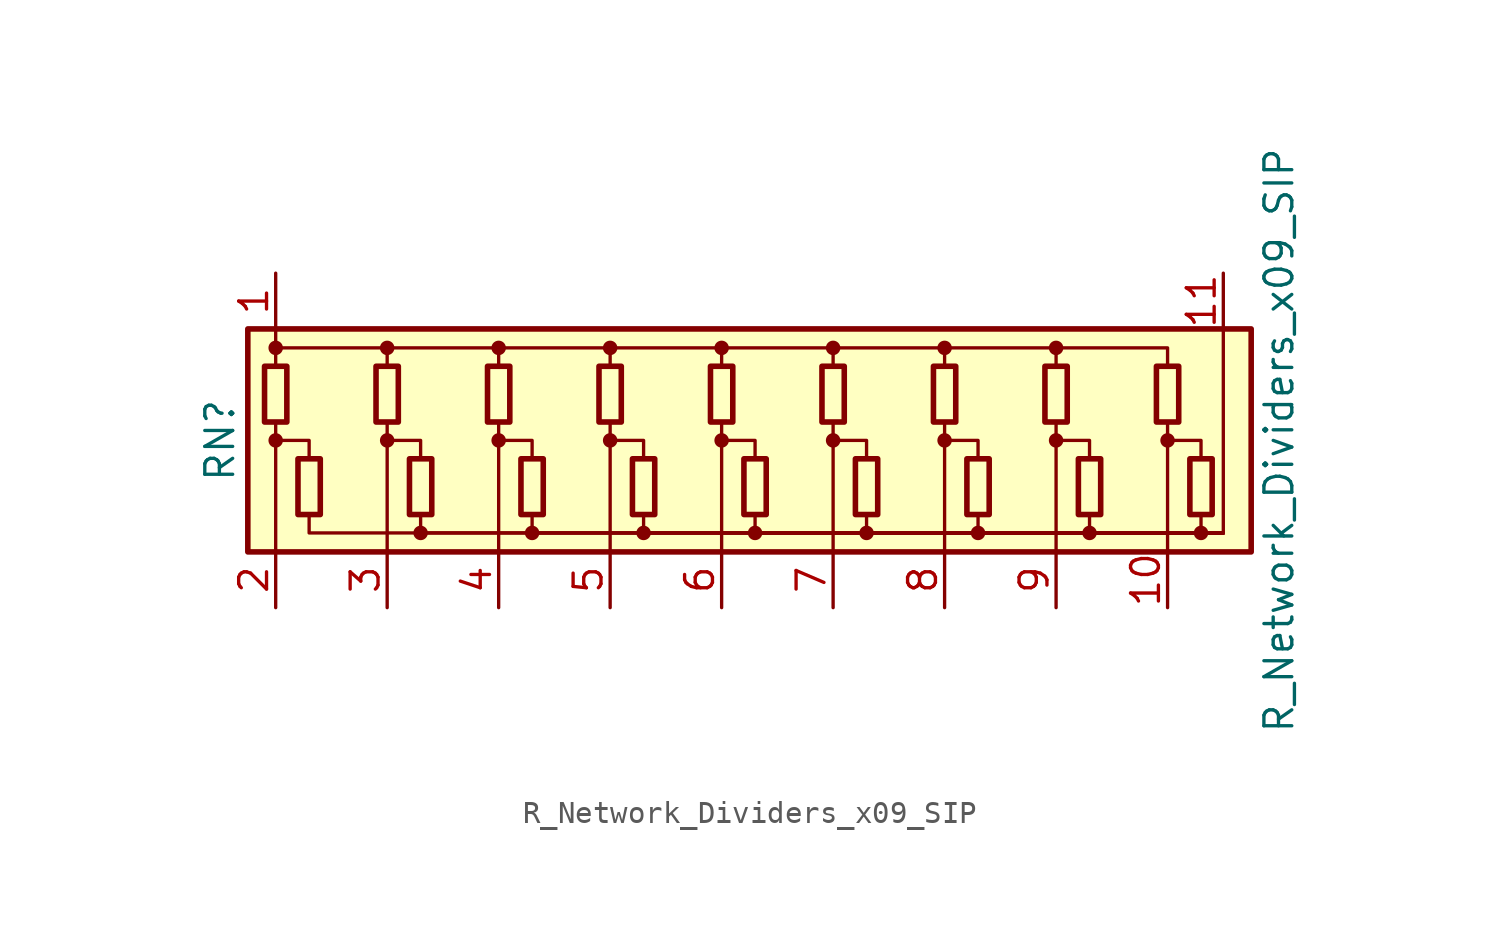
<source format=kicad_sym>
(kicad_symbol_lib
  (version 20241209)
  (generator "kicad_symbol_editor")
  (generator_version "9.0")
  (symbol "R_Network_Dividers_x09_SIP"
    (pin_names
      (offset 0)
      (hide yes))
    (property "Reference" "RN"
      (at -22.86 0 90)
      (effects (font (size 1.27 1.27))))
    (property "Value" "R_Network_Dividers_x09_SIP"
      (at 25.4 0 90)
      (effects (font (size 1.27 1.27))))
    (symbol "R_Network_Dividers_x09_SIP_0_1"
      (rectangle (start -21.59 -5.08) (end 24.13 5.08) (stroke (width 0.254) (type default)) (fill (type background)))
      (rectangle (start -20.828 3.378) (end -19.812 0.838) (stroke (width 0.254) (type default)) (fill (type none)))
      (polyline (pts (xy -20.32 5.08) (xy -20.32 3.378)) (stroke (width 0) (type default)) (fill (type none)))
      (circle (center -20.32 4.216) (radius 0.254) (stroke (width 0) (type default)) (fill (type outline)))
      (polyline (pts (xy -20.32 4.216) (xy -15.24 4.216) (xy -15.24 3.378)) (stroke (width 0) (type default)) (fill (type none)))
      (circle (center -20.32 0) (radius 0.254) (stroke (width 0) (type default)) (fill (type outline)))
      (polyline (pts (xy -20.32 0) (xy -18.796 0) (xy -18.796 -0.838)) (stroke (width 0) (type default)) (fill (type none)))
      (polyline (pts (xy -20.32 -5.08) (xy -20.32 0.838)) (stroke (width 0) (type default)) (fill (type none)))
      (rectangle (start -19.304 -3.378) (end -18.288 -0.838) (stroke (width 0.254) (type default)) (fill (type none)))
      (polyline (pts (xy -18.796 -3.378) (xy -18.796 -4.216) (xy 22.86 -4.216)) (stroke (width 0) (type default)) (fill (type none)))
      (rectangle (start -15.748 3.378) (end -14.732 0.838) (stroke (width 0.254) (type default)) (fill (type none)))
      (circle (center -15.24 4.216) (radius 0.254) (stroke (width 0) (type default)) (fill (type outline)))
      (polyline (pts (xy -15.24 4.216) (xy -10.16 4.216) (xy -10.16 3.378)) (stroke (width 0) (type default)) (fill (type none)))
      (circle (center -15.24 0) (radius 0.254) (stroke (width 0) (type default)) (fill (type outline)))
      (polyline (pts (xy -15.24 0) (xy -13.716 0) (xy -13.716 -0.838)) (stroke (width 0) (type default)) (fill (type none)))
      (polyline (pts (xy -15.24 -5.08) (xy -15.24 0.838)) (stroke (width 0) (type default)) (fill (type none)))
      (rectangle (start -14.224 -3.378) (end -13.208 -0.838) (stroke (width 0.254) (type default)) (fill (type none)))
      (polyline (pts (xy -13.716 -3.378) (xy -13.716 -4.216) (xy 22.86 -4.216)) (stroke (width 0) (type default)) (fill (type none)))
      (circle (center -13.716 -4.216) (radius 0.254) (stroke (width 0) (type default)) (fill (type outline)))
      (rectangle (start -10.668 3.378) (end -9.652 0.838) (stroke (width 0.254) (type default)) (fill (type none)))
      (circle (center -10.16 4.216) (radius 0.254) (stroke (width 0) (type default)) (fill (type outline)))
      (polyline (pts (xy -10.16 4.216) (xy -5.08 4.216) (xy -5.08 3.378)) (stroke (width 0) (type default)) (fill (type none)))
      (circle (center -10.16 0) (radius 0.254) (stroke (width 0) (type default)) (fill (type outline)))
      (polyline (pts (xy -10.16 0) (xy -8.636 0) (xy -8.636 -0.838)) (stroke (width 0) (type default)) (fill (type none)))
      (polyline (pts (xy -10.16 -5.08) (xy -10.16 0.838)) (stroke (width 0) (type default)) (fill (type none)))
      (rectangle (start -9.144 -3.378) (end -8.128 -0.838) (stroke (width 0.254) (type default)) (fill (type none)))
      (polyline (pts (xy -8.636 -3.378) (xy -8.636 -4.216) (xy 22.86 -4.216)) (stroke (width 0) (type default)) (fill (type none)))
      (circle (center -8.636 -4.216) (radius 0.254) (stroke (width 0) (type default)) (fill (type outline)))
      (rectangle (start -5.588 3.378) (end -4.572 0.838) (stroke (width 0.254) (type default)) (fill (type none)))
      (circle (center -5.08 4.216) (radius 0.254) (stroke (width 0) (type default)) (fill (type outline)))
      (polyline (pts (xy -5.08 4.216) (xy 0 4.216) (xy 0 3.378)) (stroke (width 0) (type default)) (fill (type none)))
      (circle (center -5.08 0) (radius 0.254) (stroke (width 0) (type default)) (fill (type outline)))
      (polyline (pts (xy -5.08 0) (xy -3.556 0) (xy -3.556 -0.838)) (stroke (width 0) (type default)) (fill (type none)))
      (polyline (pts (xy -5.08 -5.08) (xy -5.08 0.838)) (stroke (width 0) (type default)) (fill (type none)))
      (rectangle (start -4.064 -3.378) (end -3.048 -0.838) (stroke (width 0.254) (type default)) (fill (type none)))
      (polyline (pts (xy -3.556 -3.378) (xy -3.556 -4.216) (xy 22.86 -4.216)) (stroke (width 0) (type default)) (fill (type none)))
      (circle (center -3.556 -4.216) (radius 0.254) (stroke (width 0) (type default)) (fill (type outline)))
      (rectangle (start -0.508 3.378) (end 0.508 0.838) (stroke (width 0.254) (type default)) (fill (type none)))
      (circle (center 0 4.216) (radius 0.254) (stroke (width 0) (type default)) (fill (type outline)))
      (polyline (pts (xy 0 4.216) (xy 5.08 4.216) (xy 5.08 3.378)) (stroke (width 0) (type default)) (fill (type none)))
      (polyline (pts (xy 0 0) (xy 1.524 0) (xy 1.524 -0.838)) (stroke (width 0) (type default)) (fill (type none)))
      (circle (center 0 0) (radius 0.254) (stroke (width 0) (type default)) (fill (type outline)))
      (polyline (pts (xy 0 -5.08) (xy 0 0.838)) (stroke (width 0) (type default)) (fill (type none)))
      (rectangle (start 1.016 -3.378) (end 2.032 -0.838) (stroke (width 0.254) (type default)) (fill (type none)))
      (polyline (pts (xy 1.524 -3.378) (xy 1.524 -4.216) (xy 22.86 -4.216)) (stroke (width 0) (type default)) (fill (type none)))
      (circle (center 1.524 -4.216) (radius 0.254) (stroke (width 0) (type default)) (fill (type outline)))
      (rectangle (start 4.572 3.378) (end 5.588 0.838) (stroke (width 0.254) (type default)) (fill (type none)))
      (polyline (pts (xy 5.08 4.216) (xy 10.16 4.216) (xy 10.16 3.378)) (stroke (width 0) (type default)) (fill (type none)))
      (circle (center 5.08 4.216) (radius 0.254) (stroke (width 0) (type default)) (fill (type outline)))
      (polyline (pts (xy 5.08 0) (xy 6.604 0) (xy 6.604 -0.838)) (stroke (width 0) (type default)) (fill (type none)))
      (circle (center 5.08 0) (radius 0.254) (stroke (width 0) (type default)) (fill (type outline)))
      (polyline (pts (xy 5.08 -5.08) (xy 5.08 0.838)) (stroke (width 0) (type default)) (fill (type none)))
      (rectangle (start 6.096 -3.378) (end 7.112 -0.838) (stroke (width 0.254) (type default)) (fill (type none)))
      (polyline (pts (xy 6.604 -3.378) (xy 6.604 -4.216) (xy 22.86 -4.216)) (stroke (width 0) (type default)) (fill (type none)))
      (circle (center 6.604 -4.216) (radius 0.254) (stroke (width 0) (type default)) (fill (type outline)))
      (rectangle (start 9.652 3.378) (end 10.668 0.838) (stroke (width 0.254) (type default)) (fill (type none)))
      (polyline (pts (xy 10.16 4.216) (xy 15.24 4.216) (xy 15.24 3.378)) (stroke (width 0) (type default)) (fill (type none)))
      (circle (center 10.16 4.216) (radius 0.254) (stroke (width 0) (type default)) (fill (type outline)))
      (polyline (pts (xy 10.16 0) (xy 11.684 0) (xy 11.684 -0.838)) (stroke (width 0) (type default)) (fill (type none)))
      (circle (center 10.16 0) (radius 0.254) (stroke (width 0) (type default)) (fill (type outline)))
      (polyline (pts (xy 10.16 -5.08) (xy 10.16 0.838)) (stroke (width 0) (type default)) (fill (type none)))
      (rectangle (start 11.176 -3.378) (end 12.192 -0.838) (stroke (width 0.254) (type default)) (fill (type none)))
      (polyline (pts (xy 11.684 -3.378) (xy 11.684 -4.216) (xy 22.86 -4.216)) (stroke (width 0) (type default)) (fill (type none)))
      (circle (center 11.684 -4.216) (radius 0.254) (stroke (width 0) (type default)) (fill (type outline)))
      (rectangle (start 14.732 3.378) (end 15.748 0.838) (stroke (width 0.254) (type default)) (fill (type none)))
      (polyline (pts (xy 15.24 4.216) (xy 20.32 4.216) (xy 20.32 3.378)) (stroke (width 0) (type default)) (fill (type none)))
      (circle (center 15.24 4.216) (radius 0.254) (stroke (width 0) (type default)) (fill (type outline)))
      (polyline (pts (xy 15.24 0) (xy 16.764 0) (xy 16.764 -0.838)) (stroke (width 0) (type default)) (fill (type none)))
      (circle (center 15.24 0) (radius 0.254) (stroke (width 0) (type default)) (fill (type outline)))
      (polyline (pts (xy 15.24 -5.08) (xy 15.24 0.838)) (stroke (width 0) (type default)) (fill (type none)))
      (rectangle (start 16.256 -3.378) (end 17.272 -0.838) (stroke (width 0.254) (type default)) (fill (type none)))
      (polyline (pts (xy 16.764 -3.378) (xy 16.764 -4.216) (xy 22.86 -4.216)) (stroke (width 0) (type default)) (fill (type none)))
      (circle (center 16.764 -4.216) (radius 0.254) (stroke (width 0) (type default)) (fill (type outline)))
      (rectangle (start 19.812 3.378) (end 20.828 0.838) (stroke (width 0.254) (type default)) (fill (type none)))
      (polyline (pts (xy 20.32 0) (xy 21.844 0) (xy 21.844 -0.838)) (stroke (width 0) (type default)) (fill (type none)))
      (circle (center 20.32 0) (radius 0.254) (stroke (width 0) (type default)) (fill (type outline)))
      (polyline (pts (xy 20.32 -5.08) (xy 20.32 0.838)) (stroke (width 0) (type default)) (fill (type none)))
      (rectangle (start 21.336 -3.378) (end 22.352 -0.838) (stroke (width 0.254) (type default)) (fill (type none)))
      (polyline (pts (xy 21.844 -3.378) (xy 21.844 -4.216) (xy 22.86 -4.216)) (stroke (width 0) (type default)) (fill (type none)))
      (circle (center 21.844 -4.216) (radius 0.254) (stroke (width 0) (type default)) (fill (type outline)))
      (polyline (pts (xy 22.86 -4.216) (xy 22.86 5.08)) (stroke (width 0) (type default)) (fill (type none))))
    (symbol "R_Network_Dividers_x09_SIP_1_1"
      (pin passive line (at -20.32 7.62 270) (length 2.54) (name "COM1" (effects (font (size 1.27 1.27)))) (number "1" (effects (font (size 1.27 1.27)))))
      (pin passive line (at -20.32 -7.62 90) (length 2.54) (name "R1" (effects (font (size 1.27 1.27)))) (number "2" (effects (font (size 1.27 1.27)))))
      (pin passive line (at -15.24 -7.62 90) (length 2.54) (name "R2" (effects (font (size 1.27 1.27)))) (number "3" (effects (font (size 1.27 1.27)))))
      (pin passive line (at -10.16 -7.62 90) (length 2.54) (name "R3" (effects (font (size 1.27 1.27)))) (number "4" (effects (font (size 1.27 1.27)))))
      (pin passive line (at -5.08 -7.62 90) (length 2.54) (name "R4" (effects (font (size 1.27 1.27)))) (number "5" (effects (font (size 1.27 1.27)))))
      (pin passive line (at 0 -7.62 90) (length 2.54) (name "R5" (effects (font (size 1.27 1.27)))) (number "6" (effects (font (size 1.27 1.27)))))
      (pin passive line (at 5.08 -7.62 90) (length 2.54) (name "R6" (effects (font (size 1.27 1.27)))) (number "7" (effects (font (size 1.27 1.27)))))
      (pin passive line (at 10.16 -7.62 90) (length 2.54) (name "R7" (effects (font (size 1.27 1.27)))) (number "8" (effects (font (size 1.27 1.27)))))
      (pin passive line (at 15.24 -7.62 90) (length 2.54) (name "R8" (effects (font (size 1.27 1.27)))) (number "9" (effects (font (size 1.27 1.27)))))
      (pin passive line (at 20.32 -7.62 90) (length 2.54) (name "R9" (effects (font (size 1.27 1.27)))) (number "10" (effects (font (size 1.27 1.27)))))
      (pin passive line (at 22.86 7.62 270) (length 2.54) (name "COM2" (effects (font (size 1.27 1.27)))) (number "11" (effects (font (size 1.27 1.27))))))))
</source>
